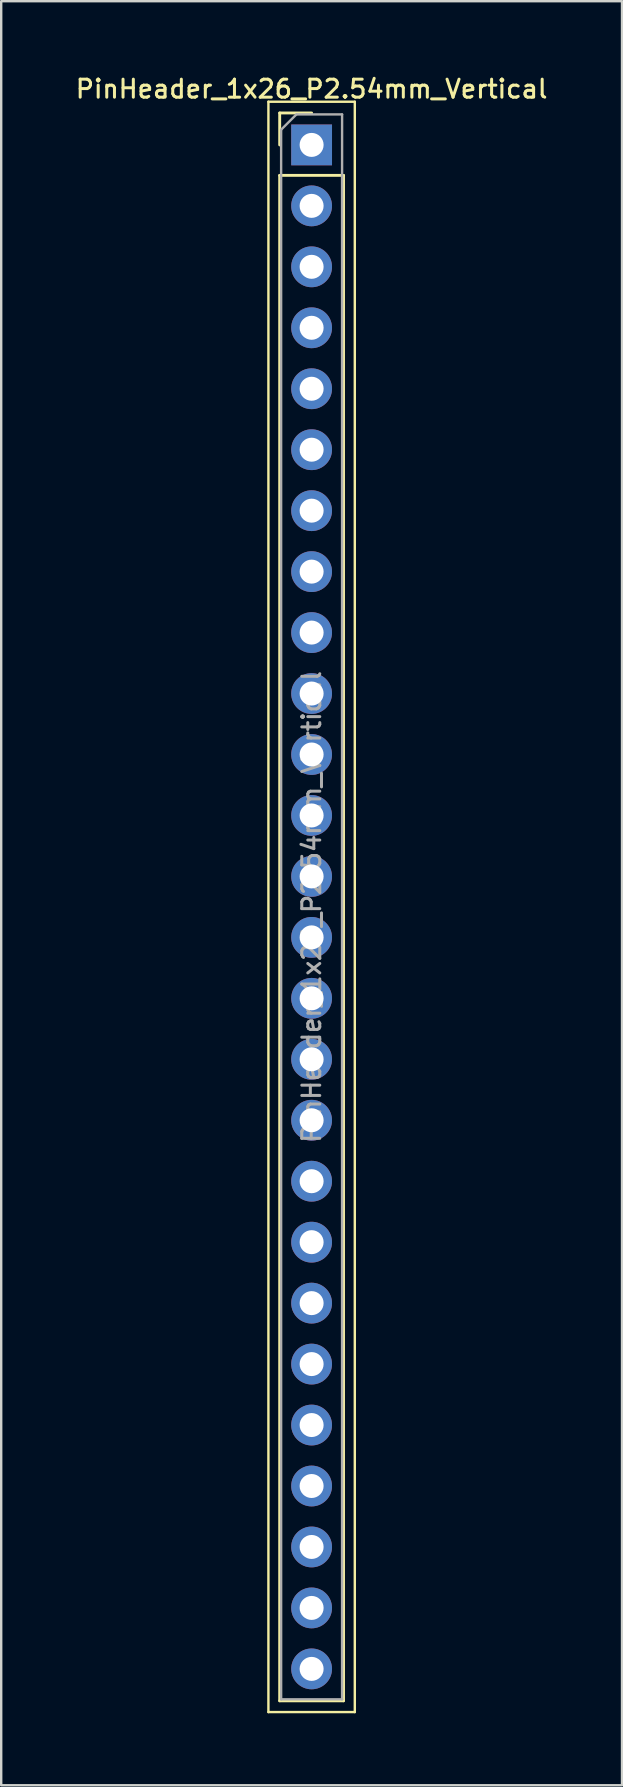
<source format=kicad_pcb>
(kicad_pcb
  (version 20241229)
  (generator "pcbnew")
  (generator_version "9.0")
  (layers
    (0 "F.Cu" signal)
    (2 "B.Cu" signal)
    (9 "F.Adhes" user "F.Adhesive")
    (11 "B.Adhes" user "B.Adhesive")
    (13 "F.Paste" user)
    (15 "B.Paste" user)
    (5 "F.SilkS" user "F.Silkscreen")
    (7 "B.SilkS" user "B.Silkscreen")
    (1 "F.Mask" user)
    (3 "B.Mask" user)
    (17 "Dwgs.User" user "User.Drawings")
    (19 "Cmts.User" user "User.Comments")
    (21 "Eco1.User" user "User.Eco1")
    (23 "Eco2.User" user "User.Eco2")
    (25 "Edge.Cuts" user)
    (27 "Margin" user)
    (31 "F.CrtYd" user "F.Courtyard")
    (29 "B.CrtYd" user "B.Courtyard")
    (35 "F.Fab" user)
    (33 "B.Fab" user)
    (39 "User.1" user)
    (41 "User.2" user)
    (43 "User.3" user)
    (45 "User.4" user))
  (footprint "PinHeader_1x26_P2.54mm_Vertical"
    (layer "F.Cu")
    (at 9.934 2.988)
    (property "Reference" "PinHeader_1x26_P2.54mm_Vertical" (at 0 -2.33 0) (layer "F.SilkS") (effects (font (size 0.75 0.75) (thickness 0.125))))
    (attr through_hole)
    (fp_line (start -1.8 -1.8) (end -1.8 65.3) (stroke (width 0.1) (type solid)) (layer "F.SilkS"))
    (fp_line (start -1.8 65.3) (end 1.8 65.3) (stroke (width 0.1) (type solid)) (layer "F.SilkS"))
    (fp_line (start -1.33 -1.33) (end 0 -1.33) (stroke (width 0.12) (type solid)) (layer "F.SilkS"))
    (fp_line (start -1.33 0) (end -1.33 -1.33) (stroke (width 0.12) (type solid)) (layer "F.SilkS"))
    (fp_line (start -1.33 1.27) (end -1.33 64.83) (stroke (width 0.12) (type solid)) (layer "F.SilkS"))
    (fp_line (start -1.33 1.27) (end 1.33 1.27) (stroke (width 0.12) (type solid)) (layer "F.SilkS"))
    (fp_line (start -1.33 64.83) (end 1.33 64.83) (stroke (width 0.12) (type solid)) (layer "F.SilkS"))
    (fp_line (start 1.33 1.27) (end 1.33 64.83) (stroke (width 0.12) (type solid)) (layer "F.SilkS"))
    (fp_line (start 1.8 -1.8) (end -1.8 -1.8) (stroke (width 0.1) (type solid)) (layer "F.SilkS"))
    (fp_line (start 1.8 65.3) (end 1.8 -1.8) (stroke (width 0.1) (type solid)) (layer "F.SilkS"))
    (fp_line (start -1.27 -0.635) (end -0.635 -1.27) (stroke (width 0.1) (type solid)) (layer "F.Fab"))
    (fp_line (start -1.27 64.77) (end -1.27 -0.635) (stroke (width 0.1) (type solid)) (layer "F.Fab"))
    (fp_line (start -0.635 -1.27) (end 1.27 -1.27) (stroke (width 0.1) (type solid)) (layer "F.Fab"))
    (fp_line (start 1.27 -1.27) (end 1.27 64.77) (stroke (width 0.1) (type solid)) (layer "F.Fab"))
    (fp_line (start 1.27 64.77) (end -1.27 64.77) (stroke (width 0.1) (type solid)) (layer "F.Fab"))
    (fp_text user "${REFERENCE}" (at 0 31.75 90) (layer "F.Fab") (effects (font (size 0.75 0.75) (thickness 0.125))))
    (pad "1" thru_hole rect (at 0 0) (size 1.7 1.7) (drill 1) (layers "*.Cu" "*.Mask"))
    (pad "2" thru_hole oval (at 0 2.54) (size 1.7 1.7) (drill 1) (layers "*.Cu" "*.Mask"))
    (pad "3" thru_hole oval (at 0 5.08) (size 1.7 1.7) (drill 1) (layers "*.Cu" "*.Mask"))
    (pad "4" thru_hole oval (at 0 7.62) (size 1.7 1.7) (drill 1) (layers "*.Cu" "*.Mask"))
    (pad "5" thru_hole oval (at 0 10.16) (size 1.7 1.7) (drill 1) (layers "*.Cu" "*.Mask"))
    (pad "6" thru_hole oval (at 0 12.7) (size 1.7 1.7) (drill 1) (layers "*.Cu" "*.Mask"))
    (pad "7" thru_hole oval (at 0 15.24) (size 1.7 1.7) (drill 1) (layers "*.Cu" "*.Mask"))
    (pad "8" thru_hole oval (at 0 17.78) (size 1.7 1.7) (drill 1) (layers "*.Cu" "*.Mask"))
    (pad "9" thru_hole oval (at 0 20.32) (size 1.7 1.7) (drill 1) (layers "*.Cu" "*.Mask"))
    (pad "10" thru_hole oval (at 0 22.86) (size 1.7 1.7) (drill 1) (layers "*.Cu" "*.Mask"))
    (pad "11" thru_hole oval (at 0 25.4) (size 1.7 1.7) (drill 1) (layers "*.Cu" "*.Mask"))
    (pad "12" thru_hole oval (at 0 27.94) (size 1.7 1.7) (drill 1) (layers "*.Cu" "*.Mask"))
    (pad "13" thru_hole oval (at 0 30.48) (size 1.7 1.7) (drill 1) (layers "*.Cu" "*.Mask"))
    (pad "14" thru_hole oval (at 0 33.02) (size 1.7 1.7) (drill 1) (layers "*.Cu" "*.Mask"))
    (pad "15" thru_hole oval (at 0 35.56) (size 1.7 1.7) (drill 1) (layers "*.Cu" "*.Mask"))
    (pad "16" thru_hole oval (at 0 38.1) (size 1.7 1.7) (drill 1) (layers "*.Cu" "*.Mask"))
    (pad "17" thru_hole oval (at 0 40.64) (size 1.7 1.7) (drill 1) (layers "*.Cu" "*.Mask"))
    (pad "18" thru_hole oval (at 0 43.18) (size 1.7 1.7) (drill 1) (layers "*.Cu" "*.Mask"))
    (pad "19" thru_hole oval (at 0 45.72) (size 1.7 1.7) (drill 1) (layers "*.Cu" "*.Mask"))
    (pad "20" thru_hole oval (at 0 48.26) (size 1.7 1.7) (drill 1) (layers "*.Cu" "*.Mask"))
    (pad "21" thru_hole oval (at 0 50.8) (size 1.7 1.7) (drill 1) (layers "*.Cu" "*.Mask"))
    (pad "22" thru_hole oval (at 0 53.34) (size 1.7 1.7) (drill 1) (layers "*.Cu" "*.Mask"))
    (pad "23" thru_hole oval (at 0 55.88) (size 1.7 1.7) (drill 1) (layers "*.Cu" "*.Mask"))
    (pad "24" thru_hole oval (at 0 58.42) (size 1.7 1.7) (drill 1) (layers "*.Cu" "*.Mask"))
    (pad "25" thru_hole oval (at 0 60.96) (size 1.7 1.7) (drill 1) (layers "*.Cu" "*.Mask"))
    (pad "26" thru_hole oval (at 0 63.5) (size 1.7 1.7) (drill 1) (layers "*.Cu" "*.Mask")))
  (gr_rect
    (start -3 -3)
    (end 22.868 71.338)
    (stroke (width 0.1) (type default))
    (fill no)
    (layer "Edge.Cuts")))
</source>
